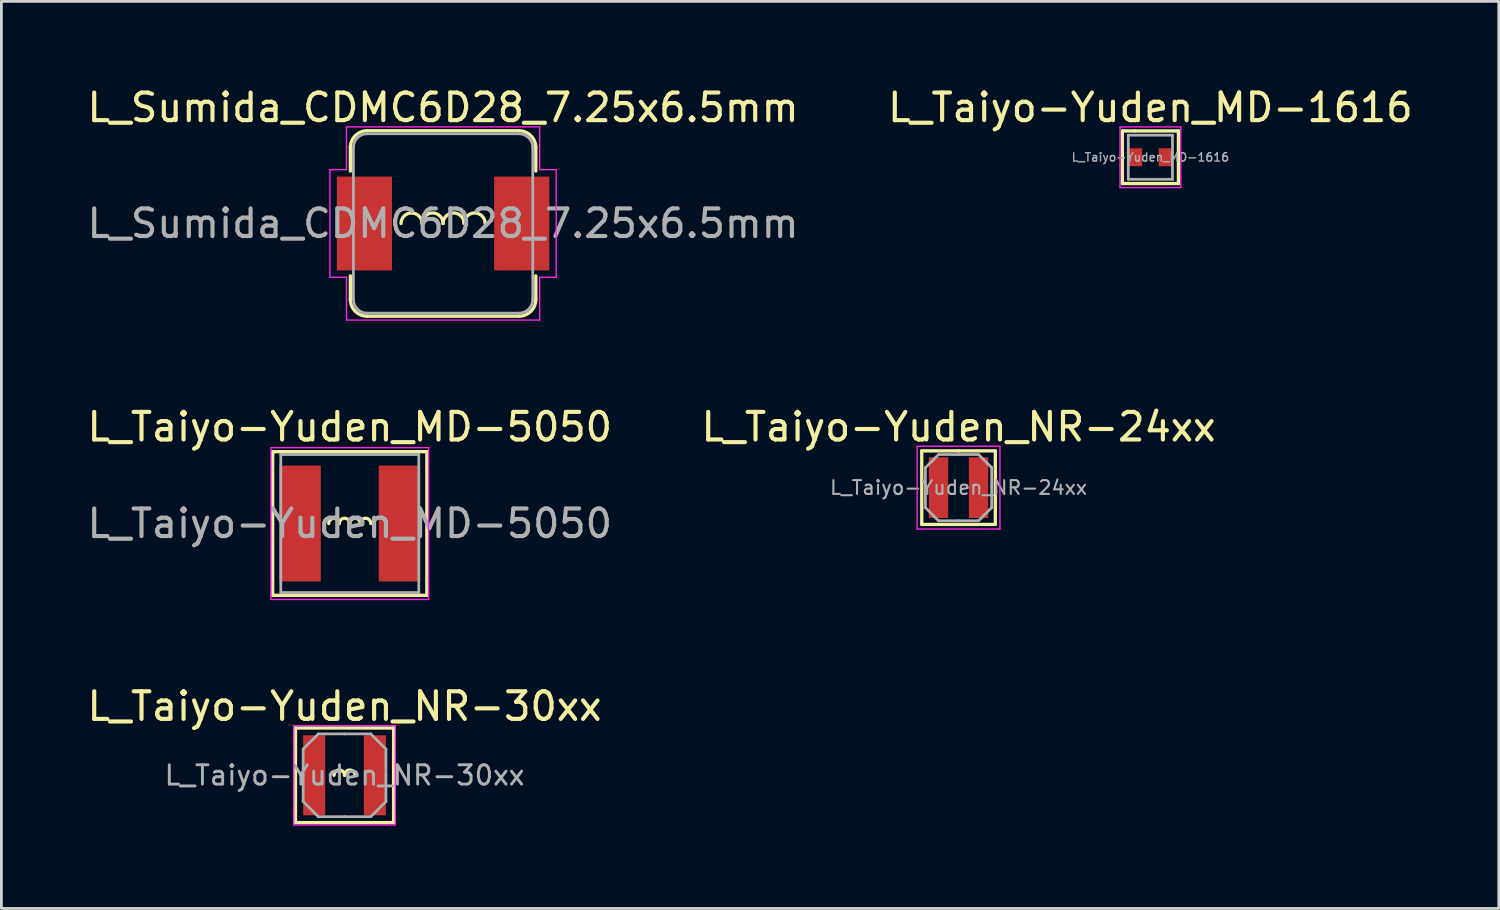
<source format=kicad_pcb>
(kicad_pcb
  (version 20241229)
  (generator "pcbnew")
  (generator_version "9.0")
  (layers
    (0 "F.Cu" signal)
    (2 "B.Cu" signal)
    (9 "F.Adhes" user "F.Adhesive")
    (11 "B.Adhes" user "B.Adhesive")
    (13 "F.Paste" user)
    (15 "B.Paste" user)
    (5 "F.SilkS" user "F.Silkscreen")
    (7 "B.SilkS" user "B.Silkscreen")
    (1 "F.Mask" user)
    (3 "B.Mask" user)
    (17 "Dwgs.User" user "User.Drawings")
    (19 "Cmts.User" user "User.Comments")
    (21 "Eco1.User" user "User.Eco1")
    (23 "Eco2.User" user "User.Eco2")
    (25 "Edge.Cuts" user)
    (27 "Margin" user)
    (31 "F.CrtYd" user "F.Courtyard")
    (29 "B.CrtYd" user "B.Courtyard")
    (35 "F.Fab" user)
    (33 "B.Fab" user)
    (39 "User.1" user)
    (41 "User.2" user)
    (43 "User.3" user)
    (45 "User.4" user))
  (footprint "L_Taiyo-Yuden_MD-1616"
    (layer "F.Cu")
    (at 38.637 2.648)
    (property "Reference" "L_Taiyo-Yuden_MD-1616" (at 0 -1.8 0) (layer "F.SilkS") (effects (font (size 1 1) (thickness 0.15))))
    (attr smd)
    (fp_line (start -1.016 -0.953) (end -1.016 0.953) (stroke (width 0.12) (type solid)) (layer "F.SilkS"))
    (fp_line (start -1.016 0.953) (end 1.016 0.953) (stroke (width 0.12) (type solid)) (layer "F.SilkS"))
    (fp_line (start -0.572 -0.953) (end -1.016 -0.953) (stroke (width 0.12) (type solid)) (layer "F.SilkS"))
    (fp_line (start 1.016 -0.953) (end -0.572 -0.953) (stroke (width 0.12) (type solid)) (layer "F.SilkS"))
    (fp_line (start 1.016 0.953) (end 1.016 -0.953) (stroke (width 0.12) (type solid)) (layer "F.SilkS"))
    (fp_line (start -1.1 -1.1) (end -1.1 1.1) (stroke (width 0.05) (type solid)) (layer "F.CrtYd"))
    (fp_line (start -1.1 1.1) (end 1.1 1.1) (stroke (width 0.05) (type solid)) (layer "F.CrtYd"))
    (fp_line (start 1.1 -1.1) (end -1.1 -1.1) (stroke (width 0.05) (type solid)) (layer "F.CrtYd"))
    (fp_line (start 1.1 1.1) (end 1.1 -1.1) (stroke (width 0.05) (type solid)) (layer "F.CrtYd"))
    (fp_line (start -0.8 -0.8) (end -0.8 0.8) (stroke (width 0.1) (type solid)) (layer "F.Fab"))
    (fp_line (start -0.8 0.8) (end 0.8 0.8) (stroke (width 0.1) (type solid)) (layer "F.Fab"))
    (fp_line (start 0.8 -0.8) (end -0.8 -0.8) (stroke (width 0.1) (type solid)) (layer "F.Fab"))
    (fp_line (start 0.8 0.8) (end 0.8 -0.8) (stroke (width 0.1) (type solid)) (layer "F.Fab"))
    (fp_text user "${REFERENCE}" (at 0 0 0) (layer "F.Fab") (effects (font (size 0.3 0.3) (thickness 0.05))))
    (pad "1" smd rect (at -0.55 0) (size 0.5 0.65) (layers "F.Cu" "F.Mask" "F.Paste"))
    (pad "2" smd rect (at 0.55 0) (size 0.5 0.65) (layers "F.Cu" "F.Mask" "F.Paste")))
  (footprint "L_Sumida_CDMC6D28_7.25x6.5mm"
    (layer "F.Cu")
    (at 13.006 5.048)
    (property "Reference" "L_Sumida_CDMC6D28_7.25x6.5mm" (at 0 -4.2 0) (layer "F.SilkS") (effects (font (size 1 1) (thickness 0.15))))
    (attr smd)
    (fp_line (start -3.36 -1.9) (end -3.36 -2.75) (stroke (width 0.12) (type solid)) (layer "F.SilkS"))
    (fp_line (start -3.36 2.75) (end -3.36 1.9) (stroke (width 0.12) (type solid)) (layer "F.SilkS"))
    (fp_line (start -2.75 -3.36) (end 2.75 -3.36) (stroke (width 0.12) (type solid)) (layer "F.SilkS"))
    (fp_line (start 2.75 3.36) (end -2.75 3.36) (stroke (width 0.12) (type solid)) (layer "F.SilkS"))
    (fp_line (start 3.36 -2.75) (end 3.36 -1.9) (stroke (width 0.12) (type solid)) (layer "F.SilkS"))
    (fp_line (start 3.36 1.9) (end 3.36 2.75) (stroke (width 0.12) (type solid)) (layer "F.SilkS"))
    (fp_arc (start -3.36 -2.75) (mid -3.181335 -3.181335) (end -2.75 -3.36) (stroke (width 0.12) (type solid)) (layer "F.SilkS"))
    (fp_arc (start -2.75 3.36) (mid -3.181335 3.181335) (end -3.36 2.75) (stroke (width 0.12) (type solid)) (layer "F.SilkS"))
    (fp_arc (start -1.524 0) (mid -1.143 -0.381) (end -0.762 0) (stroke (width 0.12) (type solid)) (layer "F.SilkS"))
    (fp_arc (start -0.762 0) (mid -0.381 -0.381) (end 0 0) (stroke (width 0.12) (type solid)) (layer "F.SilkS"))
    (fp_arc (start 0 0) (mid 0.381 -0.381) (end 0.762 0) (stroke (width 0.12) (type solid)) (layer "F.SilkS"))
    (fp_arc (start 0.762 0) (mid 1.143 -0.381) (end 1.524 0) (stroke (width 0.12) (type solid)) (layer "F.SilkS"))
    (fp_arc (start 2.75 -3.36) (mid 3.181335 -3.181335) (end 3.36 -2.75) (stroke (width 0.12) (type solid)) (layer "F.SilkS"))
    (fp_arc (start 3.36 2.75) (mid 3.181335 3.181335) (end 2.75 3.36) (stroke (width 0.12) (type solid)) (layer "F.SilkS"))
    (fp_line (start -4.1 -1.95) (end -3.5 -1.95) (stroke (width 0.05) (type solid)) (layer "F.CrtYd"))
    (fp_line (start -4.1 1.95) (end -4.1 -1.95) (stroke (width 0.05) (type solid)) (layer "F.CrtYd"))
    (fp_line (start -3.5 -3.5) (end 3.5 -3.5) (stroke (width 0.05) (type solid)) (layer "F.CrtYd"))
    (fp_line (start -3.5 -1.95) (end -3.5 -3.5) (stroke (width 0.05) (type solid)) (layer "F.CrtYd"))
    (fp_line (start -3.5 1.95) (end -4.1 1.95) (stroke (width 0.05) (type solid)) (layer "F.CrtYd"))
    (fp_line (start -3.5 3.5) (end -3.5 1.95) (stroke (width 0.05) (type solid)) (layer "F.CrtYd"))
    (fp_line (start 3.5 -3.5) (end 3.5 -1.95) (stroke (width 0.05) (type solid)) (layer "F.CrtYd"))
    (fp_line (start 3.5 -1.95) (end 4.1 -1.95) (stroke (width 0.05) (type solid)) (layer "F.CrtYd"))
    (fp_line (start 3.5 1.95) (end 3.5 3.5) (stroke (width 0.05) (type solid)) (layer "F.CrtYd"))
    (fp_line (start 3.5 3.5) (end -3.5 3.5) (stroke (width 0.05) (type solid)) (layer "F.CrtYd"))
    (fp_line (start 4.1 -1.95) (end 4.1 1.95) (stroke (width 0.05) (type solid)) (layer "F.CrtYd"))
    (fp_line (start 4.1 1.95) (end 3.5 1.95) (stroke (width 0.05) (type solid)) (layer "F.CrtYd"))
    (fp_line (start -3.25 2.75) (end -3.25 -2.75) (stroke (width 0.1) (type solid)) (layer "F.Fab"))
    (fp_line (start -2.75 -3.25) (end 2.75 -3.25) (stroke (width 0.1) (type solid)) (layer "F.Fab"))
    (fp_line (start 2.75 3.25) (end -2.75 3.25) (stroke (width 0.1) (type solid)) (layer "F.Fab"))
    (fp_line (start 3.25 -2.75) (end 3.25 2.75) (stroke (width 0.1) (type solid)) (layer "F.Fab"))
    (fp_arc (start -3.25 -2.75) (mid -3.103553 -3.103553) (end -2.75 -3.25) (stroke (width 0.1) (type solid)) (layer "F.Fab"))
    (fp_arc (start -2.75 3.25) (mid -3.103553 3.103553) (end -3.25 2.75) (stroke (width 0.1) (type solid)) (layer "F.Fab"))
    (fp_arc (start 2.75 -3.25) (mid 3.103553 -3.103553) (end 3.25 -2.75) (stroke (width 0.1) (type solid)) (layer "F.Fab"))
    (fp_arc (start 3.25 2.75) (mid 3.103553 3.103553) (end 2.75 3.25) (stroke (width 0.1) (type solid)) (layer "F.Fab"))
    (fp_text user "${REFERENCE}" (at 0 0 0) (layer "F.Fab") (effects (font (size 1 1) (thickness 0.15))))
    (pad "1" smd rect (at -2.85 0) (size 2 3.4) (layers "F.Cu" "F.Mask" "F.Paste"))
    (pad "2" smd rect (at 2.85 0) (size 2 3.4) (layers "F.Cu" "F.Mask" "F.Paste")))
  (footprint "L_Taiyo-Yuden_NR-24xx"
    (layer "F.Cu")
    (at 31.685 14.621)
    (property "Reference" "L_Taiyo-Yuden_NR-24xx" (at 0 -2.2 0) (layer "F.SilkS") (effects (font (size 1 1) (thickness 0.15))))
    (attr smd)
    (fp_line (start -1.333 -1.333) (end -1.333 1.333) (stroke (width 0.12) (type solid)) (layer "F.SilkS"))
    (fp_line (start -1.333 1.333) (end 1.333 1.333) (stroke (width 0.12) (type solid)) (layer "F.SilkS"))
    (fp_line (start 0 -1.333) (end -1.333 -1.333) (stroke (width 0.12) (type solid)) (layer "F.SilkS"))
    (fp_line (start 1.333 -1.333) (end 0 -1.333) (stroke (width 0.12) (type solid)) (layer "F.SilkS"))
    (fp_line (start 1.333 1.333) (end 1.333 -1.333) (stroke (width 0.12) (type solid)) (layer "F.SilkS"))
    (fp_line (start -1.5 -1.5) (end -1.5 1.5) (stroke (width 0.05) (type solid)) (layer "F.CrtYd"))
    (fp_line (start -1.5 1.5) (end 1.5 1.5) (stroke (width 0.05) (type solid)) (layer "F.CrtYd"))
    (fp_line (start 1.5 -1.5) (end -1.5 -1.5) (stroke (width 0.05) (type solid)) (layer "F.CrtYd"))
    (fp_line (start 1.5 1.5) (end 1.5 -1.5) (stroke (width 0.05) (type solid)) (layer "F.CrtYd"))
    (fp_line (start -1.2 -0.725) (end -0.725 -1.2) (stroke (width 0.1) (type solid)) (layer "F.Fab"))
    (fp_line (start -1.2 0) (end -1.2 -0.725) (stroke (width 0.1) (type solid)) (layer "F.Fab"))
    (fp_line (start -1.2 0) (end -1.2 0.725) (stroke (width 0.1) (type solid)) (layer "F.Fab"))
    (fp_line (start -1.2 0.725) (end -0.725 1.2) (stroke (width 0.1) (type solid)) (layer "F.Fab"))
    (fp_line (start -0.725 -1.2) (end 0 -1.2) (stroke (width 0.1) (type solid)) (layer "F.Fab"))
    (fp_line (start -0.725 1.2) (end 0 1.2) (stroke (width 0.1) (type solid)) (layer "F.Fab"))
    (fp_line (start 0.725 -1.2) (end 0 -1.2) (stroke (width 0.1) (type solid)) (layer "F.Fab"))
    (fp_line (start 0.725 1.2) (end 0 1.2) (stroke (width 0.1) (type solid)) (layer "F.Fab"))
    (fp_line (start 1.2 -0.725) (end 0.725 -1.2) (stroke (width 0.1) (type solid)) (layer "F.Fab"))
    (fp_line (start 1.2 0) (end 1.2 -0.725) (stroke (width 0.1) (type solid)) (layer "F.Fab"))
    (fp_line (start 1.2 0) (end 1.2 0.725) (stroke (width 0.1) (type solid)) (layer "F.Fab"))
    (fp_line (start 1.2 0.725) (end 0.725 1.2) (stroke (width 0.1) (type solid)) (layer "F.Fab"))
    (fp_text user "${REFERENCE}" (at 0 0 0) (layer "F.Fab") (effects (font (size 0.5 0.5) (thickness 0.075))))
    (pad "1" smd rect (at -0.725 0) (size 0.7 2.2) (layers "F.Cu" "F.Mask" "F.Paste"))
    (pad "2" smd rect (at 0.725 0) (size 0.7 2.2) (layers "F.Cu" "F.Mask" "F.Paste")))
  (footprint "L_Taiyo-Yuden_NR-30xx"
    (layer "F.Cu")
    (at 9.435 25.045)
    (property "Reference" "L_Taiyo-Yuden_NR-30xx" (at 0 -2.5 0) (layer "F.SilkS") (effects (font (size 1 1) (thickness 0.15))))
    (attr smd)
    (fp_line (start -1.778 -1.714) (end -1.778 1.714) (stroke (width 0.12) (type solid)) (layer "F.SilkS"))
    (fp_line (start -1.778 1.714) (end 1.778 1.714) (stroke (width 0.12) (type solid)) (layer "F.SilkS"))
    (fp_line (start 1.778 -1.714) (end -1.778 -1.714) (stroke (width 0.12) (type solid)) (layer "F.SilkS"))
    (fp_line (start 1.778 1.714) (end 1.778 -1.714) (stroke (width 0.12) (type solid)) (layer "F.SilkS"))
    (fp_arc (start -0.381 0) (mid -0.1905 -0.1905) (end 0 0) (stroke (width 0.12) (type solid)) (layer "F.SilkS"))
    (fp_arc (start 0 0) (mid 0.1905 -0.1905) (end 0.381 0) (stroke (width 0.12) (type solid)) (layer "F.SilkS"))
    (fp_line (start -1.841 -1.8) (end -1.841 1.8) (stroke (width 0.05) (type solid)) (layer "F.CrtYd"))
    (fp_line (start -1.841 1.8) (end 1.841 1.8) (stroke (width 0.05) (type solid)) (layer "F.CrtYd"))
    (fp_line (start 1.841 -1.8) (end -1.841 -1.8) (stroke (width 0.05) (type solid)) (layer "F.CrtYd"))
    (fp_line (start 1.841 1.8) (end 1.841 -1.8) (stroke (width 0.05) (type solid)) (layer "F.CrtYd"))
    (fp_line (start -1.5 -0.95) (end -0.95 -1.5) (stroke (width 0.1) (type solid)) (layer "F.Fab"))
    (fp_line (start -1.5 0) (end -1.5 -0.95) (stroke (width 0.1) (type solid)) (layer "F.Fab"))
    (fp_line (start -1.5 0) (end -1.5 0.95) (stroke (width 0.1) (type solid)) (layer "F.Fab"))
    (fp_line (start -1.5 0.95) (end -0.95 1.5) (stroke (width 0.1) (type solid)) (layer "F.Fab"))
    (fp_line (start -0.95 -1.5) (end 0 -1.5) (stroke (width 0.1) (type solid)) (layer "F.Fab"))
    (fp_line (start -0.95 1.5) (end 0 1.5) (stroke (width 0.1) (type solid)) (layer "F.Fab"))
    (fp_line (start 0.95 -1.5) (end 0 -1.5) (stroke (width 0.1) (type solid)) (layer "F.Fab"))
    (fp_line (start 0.95 1.5) (end 0 1.5) (stroke (width 0.1) (type solid)) (layer "F.Fab"))
    (fp_line (start 1.5 -0.95) (end 0.95 -1.5) (stroke (width 0.1) (type solid)) (layer "F.Fab"))
    (fp_line (start 1.5 0) (end 1.5 -0.95) (stroke (width 0.1) (type solid)) (layer "F.Fab"))
    (fp_line (start 1.5 0) (end 1.5 0.95) (stroke (width 0.1) (type solid)) (layer "F.Fab"))
    (fp_line (start 1.5 0.95) (end 0.95 1.5) (stroke (width 0.1) (type solid)) (layer "F.Fab"))
    (fp_text user "${REFERENCE}" (at 0 0 0) (layer "F.Fab") (effects (font (size 0.7 0.7) (thickness 0.105))))
    (pad "1" smd rect (at -1.1 0) (size 0.8 2.9) (layers "F.Cu" "F.Mask" "F.Paste"))
    (pad "2" smd rect (at 1.1 0) (size 0.8 2.9) (layers "F.Cu" "F.Mask" "F.Paste")))
  (footprint "L_Taiyo-Yuden_MD-5050"
    (layer "F.Cu")
    (at 9.625 15.921)
    (property "Reference" "L_Taiyo-Yuden_MD-5050" (at 0 -3.5 0) (layer "F.SilkS") (effects (font (size 1 1) (thickness 0.15))))
    (attr smd)
    (fp_line (start -2.794 -2.603) (end -2.794 2.603) (stroke (width 0.12) (type solid)) (layer "F.SilkS"))
    (fp_line (start -2.794 2.603) (end 2.794 2.603) (stroke (width 0.12) (type solid)) (layer "F.SilkS"))
    (fp_line (start -2.731 -2.603) (end -2.794 -2.603) (stroke (width 0.12) (type solid)) (layer "F.SilkS"))
    (fp_line (start -2.413 -2.603) (end -2.731 -2.603) (stroke (width 0.12) (type solid)) (layer "F.SilkS"))
    (fp_line (start 2.794 -2.603) (end -2.413 -2.603) (stroke (width 0.12) (type solid)) (layer "F.SilkS"))
    (fp_line (start 2.794 2.603) (end 2.794 -2.603) (stroke (width 0.12) (type solid)) (layer "F.SilkS"))
    (fp_arc (start -0.762 0) (mid -0.5715 -0.1905) (end -0.381 0) (stroke (width 0.12) (type solid)) (layer "F.SilkS"))
    (fp_arc (start -0.381 0) (mid -0.1905 -0.1905) (end 0 0) (stroke (width 0.12) (type solid)) (layer "F.SilkS"))
    (fp_arc (start 0 0) (mid 0.1905 -0.1905) (end 0.381 0) (stroke (width 0.12) (type solid)) (layer "F.SilkS"))
    (fp_arc (start 0.381 0) (mid 0.5715 -0.1905) (end 0.762 0) (stroke (width 0.12) (type solid)) (layer "F.SilkS"))
    (fp_line (start -2.857 -2.75) (end -2.857 2.75) (stroke (width 0.05) (type solid)) (layer "F.CrtYd"))
    (fp_line (start -2.857 2.75) (end 2.857 2.75) (stroke (width 0.05) (type solid)) (layer "F.CrtYd"))
    (fp_line (start 2.857 -2.75) (end -2.857 -2.75) (stroke (width 0.05) (type solid)) (layer "F.CrtYd"))
    (fp_line (start 2.857 2.75) (end 2.857 -2.75) (stroke (width 0.05) (type solid)) (layer "F.CrtYd"))
    (fp_line (start -2.5 -2.5) (end -2.5 2.5) (stroke (width 0.1) (type solid)) (layer "F.Fab"))
    (fp_line (start -2.5 2.5) (end 2.5 2.5) (stroke (width 0.1) (type solid)) (layer "F.Fab"))
    (fp_line (start 2.5 -2.5) (end -2.5 -2.5) (stroke (width 0.1) (type solid)) (layer "F.Fab"))
    (fp_line (start 2.5 2.5) (end 2.5 -2.5) (stroke (width 0.1) (type solid)) (layer "F.Fab"))
    (fp_text user "${REFERENCE}" (at 0 0 0) (layer "F.Fab") (effects (font (size 1 1) (thickness 0.15))))
    (pad "1" smd rect (at -1.8 0) (size 1.5 4.2) (layers "F.Cu" "F.Mask" "F.Paste"))
    (pad "2" smd rect (at 1.8 0) (size 1.5 4.2) (layers "F.Cu" "F.Mask" "F.Paste")))
  (gr_rect
    (start -3 -3)
    (end 51.262 29.87)
    (stroke (width 0.1) (type default))
    (fill no)
    (layer "Edge.Cuts")))
</source>
